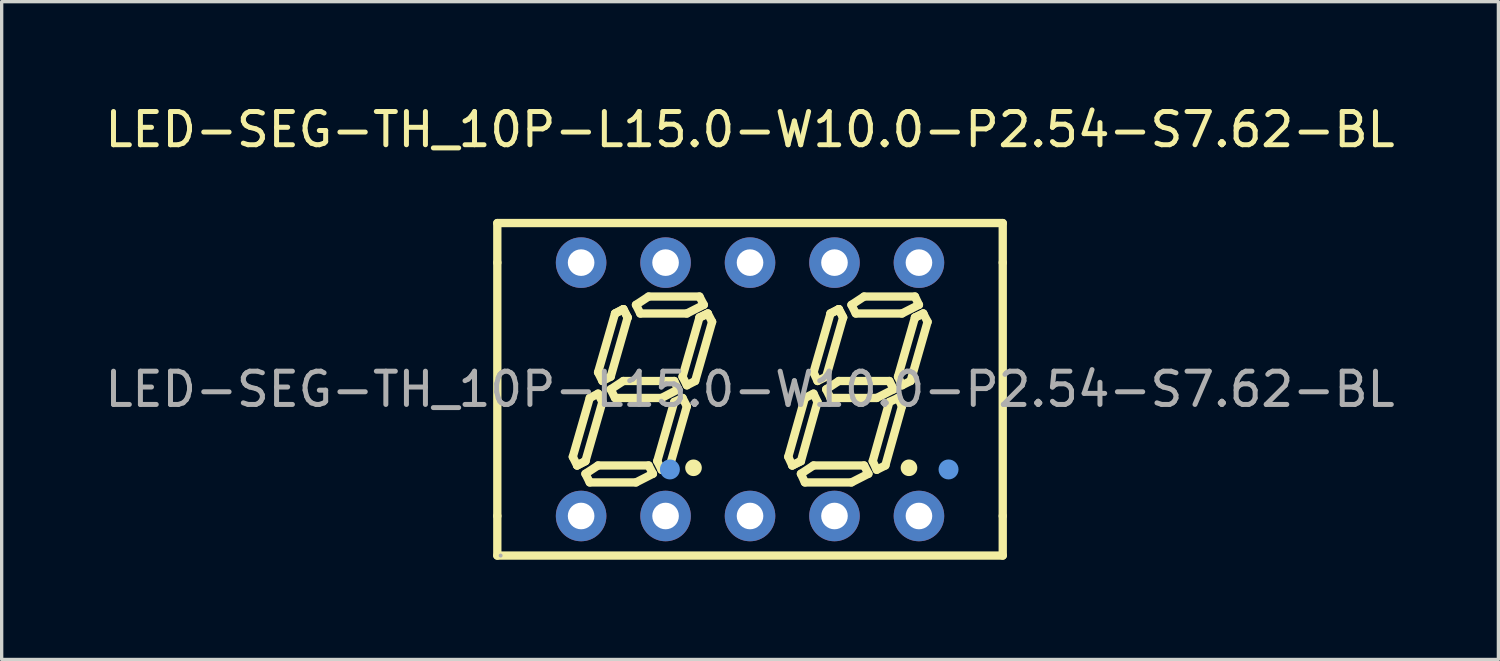
<source format=kicad_pcb>
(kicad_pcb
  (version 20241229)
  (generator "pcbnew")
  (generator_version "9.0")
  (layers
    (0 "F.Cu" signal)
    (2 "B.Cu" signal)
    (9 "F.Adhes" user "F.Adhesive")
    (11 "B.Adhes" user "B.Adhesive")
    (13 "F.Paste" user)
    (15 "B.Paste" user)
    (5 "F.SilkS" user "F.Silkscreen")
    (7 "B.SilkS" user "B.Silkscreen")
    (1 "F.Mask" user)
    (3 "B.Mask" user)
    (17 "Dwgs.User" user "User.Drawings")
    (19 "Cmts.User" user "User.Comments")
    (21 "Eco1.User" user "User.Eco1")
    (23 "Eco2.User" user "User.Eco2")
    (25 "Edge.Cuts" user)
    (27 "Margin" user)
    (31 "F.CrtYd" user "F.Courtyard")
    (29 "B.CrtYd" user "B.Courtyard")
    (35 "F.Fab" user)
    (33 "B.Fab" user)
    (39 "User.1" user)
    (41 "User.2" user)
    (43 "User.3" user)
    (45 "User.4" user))
  (footprint "LED-SEG-TH_10P-L15.0-W10.0-P2.54-S7.62-BL"
    (layer "F.Cu")
    (at 19.506 8.658)
    (property "Reference" "LED-SEG-TH_10P-L15.0-W10.0-P2.54-S7.62-BL" (at 0 -7.81 0) (layer "F.SilkS") (effects (font (size 1 1) (thickness 0.15))))
    (attr through_hole)
    (fp_line (start -7.6 -5) (end 7.6 -5) (stroke (width 0.25) (type solid)) (layer "F.SilkS"))
    (fp_line (start -7.6 -3.81) (end -7.6 -5) (stroke (width 0.25) (type solid)) (layer "F.SilkS"))
    (fp_line (start -7.6 3.81) (end -7.6 -3.81) (stroke (width 0.25) (type solid)) (layer "F.SilkS"))
    (fp_line (start -7.6 5) (end -7.6 3.81) (stroke (width 0.25) (type solid)) (layer "F.SilkS"))
    (fp_line (start -5.33 2.03) (end -5.2 2.29) (stroke (width 0.25) (type solid)) (layer "F.SilkS"))
    (fp_line (start -5.2 2.29) (end -4.95 2.16) (stroke (width 0.25) (type solid)) (layer "F.SilkS"))
    (fp_line (start -5.2 2.29) (end -4.95 2.16) (stroke (width 0.25) (type solid)) (layer "F.SilkS"))
    (fp_line (start -4.95 2.16) (end -4.44 0.38) (stroke (width 0.25) (type solid)) (layer "F.SilkS"))
    (fp_line (start -4.95 2.54) (end -4.57 2.29) (stroke (width 0.25) (type solid)) (layer "F.SilkS"))
    (fp_line (start -4.82 0.26) (end -5.33 2.03) (stroke (width 0.25) (type solid)) (layer "F.SilkS"))
    (fp_line (start -4.82 2.8) (end -4.95 2.54) (stroke (width 0.25) (type solid)) (layer "F.SilkS"))
    (fp_line (start -4.57 -0.51) (end -4.44 -0.25) (stroke (width 0.25) (type solid)) (layer "F.SilkS"))
    (fp_line (start -4.57 0.13) (end -4.82 0.26) (stroke (width 0.25) (type solid)) (layer "F.SilkS"))
    (fp_line (start -4.57 2.29) (end -3.05 2.29) (stroke (width 0.25) (type solid)) (layer "F.SilkS"))
    (fp_line (start -4.44 -0.25) (end -4.19 -0.38) (stroke (width 0.25) (type solid)) (layer "F.SilkS"))
    (fp_line (start -4.44 0.38) (end -4.57 0.13) (stroke (width 0.25) (type solid)) (layer "F.SilkS"))
    (fp_line (start -4.19 -0.38) (end -3.68 -2.16) (stroke (width 0.25) (type solid)) (layer "F.SilkS"))
    (fp_line (start -4.19 0) (end -3.81 -0.25) (stroke (width 0.25) (type solid)) (layer "F.SilkS"))
    (fp_line (start -4.06 -2.28) (end -4.57 -0.51) (stroke (width 0.25) (type solid)) (layer "F.SilkS"))
    (fp_line (start -4.06 0.26) (end -4.19 0) (stroke (width 0.25) (type solid)) (layer "F.SilkS"))
    (fp_line (start -3.81 -2.41) (end -4.06 -2.28) (stroke (width 0.25) (type solid)) (layer "F.SilkS"))
    (fp_line (start -3.81 -2.41) (end -4.06 -2.28) (stroke (width 0.25) (type solid)) (layer "F.SilkS"))
    (fp_line (start -3.81 -0.25) (end -2.28 -0.25) (stroke (width 0.25) (type solid)) (layer "F.SilkS"))
    (fp_line (start -3.68 -2.16) (end -3.81 -2.41) (stroke (width 0.25) (type solid)) (layer "F.SilkS"))
    (fp_line (start -3.68 -2.16) (end -3.81 -2.41) (stroke (width 0.25) (type solid)) (layer "F.SilkS"))
    (fp_line (start -3.43 -2.54) (end -3.05 -2.79) (stroke (width 0.25) (type solid)) (layer "F.SilkS"))
    (fp_line (start -3.43 2.8) (end -4.82 2.8) (stroke (width 0.25) (type solid)) (layer "F.SilkS"))
    (fp_line (start -3.3 -2.28) (end -3.43 -2.54) (stroke (width 0.25) (type solid)) (layer "F.SilkS"))
    (fp_line (start -3.05 -2.79) (end -1.52 -2.79) (stroke (width 0.25) (type solid)) (layer "F.SilkS"))
    (fp_line (start -3.05 2.29) (end -2.92 2.54) (stroke (width 0.25) (type solid)) (layer "F.SilkS"))
    (fp_line (start -2.92 2.54) (end -3.43 2.8) (stroke (width 0.25) (type solid)) (layer "F.SilkS"))
    (fp_line (start -2.79 2.16) (end -2.66 2.42) (stroke (width 0.25) (type solid)) (layer "F.SilkS"))
    (fp_line (start -2.66 0.26) (end -4.06 0.26) (stroke (width 0.25) (type solid)) (layer "F.SilkS"))
    (fp_line (start -2.66 2.42) (end -2.41 2.29) (stroke (width 0.25) (type solid)) (layer "F.SilkS"))
    (fp_line (start -2.41 2.29) (end -1.9 0.51) (stroke (width 0.25) (type solid)) (layer "F.SilkS"))
    (fp_line (start -2.28 -0.25) (end -2.16 0) (stroke (width 0.25) (type solid)) (layer "F.SilkS"))
    (fp_line (start -2.28 0.38) (end -2.79 2.16) (stroke (width 0.25) (type solid)) (layer "F.SilkS"))
    (fp_line (start -2.16 0) (end -2.66 0.26) (stroke (width 0.25) (type solid)) (layer "F.SilkS"))
    (fp_line (start -2.03 -0.38) (end -1.9 -0.12) (stroke (width 0.25) (type solid)) (layer "F.SilkS"))
    (fp_line (start -2.03 0.26) (end -2.28 0.38) (stroke (width 0.25) (type solid)) (layer "F.SilkS"))
    (fp_line (start -1.9 -2.28) (end -3.3 -2.28) (stroke (width 0.25) (type solid)) (layer "F.SilkS"))
    (fp_line (start -1.9 -0.12) (end -1.65 -0.25) (stroke (width 0.25) (type solid)) (layer "F.SilkS"))
    (fp_line (start -1.9 0.51) (end -2.03 0.26) (stroke (width 0.25) (type solid)) (layer "F.SilkS"))
    (fp_line (start -1.65 -0.25) (end -1.14 -2.03) (stroke (width 0.25) (type solid)) (layer "F.SilkS"))
    (fp_line (start -1.52 -2.79) (end -1.39 -2.54) (stroke (width 0.25) (type solid)) (layer "F.SilkS"))
    (fp_line (start -1.52 -2.16) (end -2.03 -0.38) (stroke (width 0.25) (type solid)) (layer "F.SilkS"))
    (fp_line (start -1.52 -2.16) (end -1.27 -2.28) (stroke (width 0.25) (type solid)) (layer "F.SilkS"))
    (fp_line (start -1.39 -2.54) (end -1.9 -2.28) (stroke (width 0.25) (type solid)) (layer "F.SilkS"))
    (fp_line (start -1.27 -2.28) (end -1.52 -2.16) (stroke (width 0.25) (type solid)) (layer "F.SilkS"))
    (fp_line (start -1.14 -2.03) (end -1.27 -2.28) (stroke (width 0.25) (type solid)) (layer "F.SilkS"))
    (fp_line (start 1.15 2.03) (end 1.27 2.29) (stroke (width 0.25) (type solid)) (layer "F.SilkS"))
    (fp_line (start 1.27 2.29) (end 1.53 2.16) (stroke (width 0.25) (type solid)) (layer "F.SilkS"))
    (fp_line (start 1.27 2.29) (end 1.53 2.16) (stroke (width 0.25) (type solid)) (layer "F.SilkS"))
    (fp_line (start 1.53 2.16) (end 2.03 0.38) (stroke (width 0.25) (type solid)) (layer "F.SilkS"))
    (fp_line (start 1.53 2.54) (end 1.91 2.29) (stroke (width 0.25) (type solid)) (layer "F.SilkS"))
    (fp_line (start 1.65 0.26) (end 1.15 2.03) (stroke (width 0.25) (type solid)) (layer "F.SilkS"))
    (fp_line (start 1.65 2.8) (end 1.53 2.54) (stroke (width 0.25) (type solid)) (layer "F.SilkS"))
    (fp_line (start 1.91 -0.51) (end 2.03 -0.25) (stroke (width 0.25) (type solid)) (layer "F.SilkS"))
    (fp_line (start 1.91 0.13) (end 1.65 0.26) (stroke (width 0.25) (type solid)) (layer "F.SilkS"))
    (fp_line (start 1.91 2.29) (end 3.43 2.29) (stroke (width 0.25) (type solid)) (layer "F.SilkS"))
    (fp_line (start 2.03 -0.25) (end 2.29 -0.38) (stroke (width 0.25) (type solid)) (layer "F.SilkS"))
    (fp_line (start 2.03 0.38) (end 1.91 0.13) (stroke (width 0.25) (type solid)) (layer "F.SilkS"))
    (fp_line (start 2.29 -0.38) (end 2.8 -2.16) (stroke (width 0.25) (type solid)) (layer "F.SilkS"))
    (fp_line (start 2.29 0) (end 2.67 -0.25) (stroke (width 0.25) (type solid)) (layer "F.SilkS"))
    (fp_line (start 2.42 -2.28) (end 1.91 -0.51) (stroke (width 0.25) (type solid)) (layer "F.SilkS"))
    (fp_line (start 2.42 -2.28) (end 2.67 -2.41) (stroke (width 0.25) (type solid)) (layer "F.SilkS"))
    (fp_line (start 2.42 0.26) (end 2.29 0) (stroke (width 0.25) (type solid)) (layer "F.SilkS"))
    (fp_line (start 2.67 -2.41) (end 2.42 -2.28) (stroke (width 0.25) (type solid)) (layer "F.SilkS"))
    (fp_line (start 2.67 -2.41) (end 2.8 -2.16) (stroke (width 0.25) (type solid)) (layer "F.SilkS"))
    (fp_line (start 2.67 -0.25) (end 4.19 -0.25) (stroke (width 0.25) (type solid)) (layer "F.SilkS"))
    (fp_line (start 2.8 -2.16) (end 2.67 -2.41) (stroke (width 0.25) (type solid)) (layer "F.SilkS"))
    (fp_line (start 3.05 -2.54) (end 3.43 -2.79) (stroke (width 0.25) (type solid)) (layer "F.SilkS"))
    (fp_line (start 3.05 2.8) (end 1.65 2.8) (stroke (width 0.25) (type solid)) (layer "F.SilkS"))
    (fp_line (start 3.18 -2.28) (end 3.05 -2.54) (stroke (width 0.25) (type solid)) (layer "F.SilkS"))
    (fp_line (start 3.43 -2.79) (end 4.96 -2.79) (stroke (width 0.25) (type solid)) (layer "F.SilkS"))
    (fp_line (start 3.43 2.29) (end 3.56 2.54) (stroke (width 0.25) (type solid)) (layer "F.SilkS"))
    (fp_line (start 3.56 2.54) (end 3.05 2.8) (stroke (width 0.25) (type solid)) (layer "F.SilkS"))
    (fp_line (start 3.69 2.16) (end 3.81 2.42) (stroke (width 0.25) (type solid)) (layer "F.SilkS"))
    (fp_line (start 3.81 0.26) (end 2.42 0.26) (stroke (width 0.25) (type solid)) (layer "F.SilkS"))
    (fp_line (start 3.81 2.42) (end 4.07 2.29) (stroke (width 0.25) (type solid)) (layer "F.SilkS"))
    (fp_line (start 4.07 2.29) (end 4.57 0.51) (stroke (width 0.25) (type solid)) (layer "F.SilkS"))
    (fp_line (start 4.19 -0.25) (end 4.32 0) (stroke (width 0.25) (type solid)) (layer "F.SilkS"))
    (fp_line (start 4.19 0.38) (end 3.69 2.16) (stroke (width 0.25) (type solid)) (layer "F.SilkS"))
    (fp_line (start 4.32 0) (end 3.81 0.26) (stroke (width 0.25) (type solid)) (layer "F.SilkS"))
    (fp_line (start 4.45 -0.38) (end 4.96 -2.16) (stroke (width 0.25) (type solid)) (layer "F.SilkS"))
    (fp_line (start 4.45 0.26) (end 4.19 0.38) (stroke (width 0.25) (type solid)) (layer "F.SilkS"))
    (fp_line (start 4.57 -2.28) (end 3.18 -2.28) (stroke (width 0.25) (type solid)) (layer "F.SilkS"))
    (fp_line (start 4.57 -0.12) (end 4.45 -0.38) (stroke (width 0.25) (type solid)) (layer "F.SilkS"))
    (fp_line (start 4.57 0.51) (end 4.45 0.26) (stroke (width 0.25) (type solid)) (layer "F.SilkS"))
    (fp_line (start 4.83 -0.25) (end 4.57 -0.12) (stroke (width 0.25) (type solid)) (layer "F.SilkS"))
    (fp_line (start 4.96 -2.79) (end 5.08 -2.54) (stroke (width 0.25) (type solid)) (layer "F.SilkS"))
    (fp_line (start 4.96 -2.16) (end 5.21 -2.28) (stroke (width 0.25) (type solid)) (layer "F.SilkS"))
    (fp_line (start 5.08 -2.54) (end 4.57 -2.28) (stroke (width 0.25) (type solid)) (layer "F.SilkS"))
    (fp_line (start 5.21 -2.28) (end 4.96 -2.16) (stroke (width 0.25) (type solid)) (layer "F.SilkS"))
    (fp_line (start 5.21 -2.28) (end 5.34 -2.03) (stroke (width 0.25) (type solid)) (layer "F.SilkS"))
    (fp_line (start 5.34 -2.03) (end 4.83 -0.25) (stroke (width 0.25) (type solid)) (layer "F.SilkS"))
    (fp_line (start 7.6 -5) (end 7.6 -3.81) (stroke (width 0.25) (type solid)) (layer "F.SilkS"))
    (fp_line (start 7.6 -3.81) (end 7.6 3.81) (stroke (width 0.25) (type solid)) (layer "F.SilkS"))
    (fp_line (start 7.6 3.81) (end 7.6 5) (stroke (width 0.25) (type solid)) (layer "F.SilkS"))
    (fp_line (start 7.6 5) (end -7.6 5) (stroke (width 0.25) (type solid)) (layer "F.SilkS"))
    (fp_arc (start -1.7 2.36) (mid -1.7 2.36) (end -1.7 2.36) (stroke (width 0.25) (type solid)) (layer "F.SilkS"))
    (fp_arc (start 4.78 2.36) (mid 4.78 2.36) (end 4.78 2.36) (stroke (width 0.25) (type solid)) (layer "F.SilkS"))
    (fp_circle (center -2.41 2.41) (end -2.26 2.41) (stroke (width 0.3) (type solid)) (fill no) (layer "Cmts.User"))
    (fp_circle (center 5.97 2.41) (end 6.12 2.41) (stroke (width 0.3) (type solid)) (fill no) (layer "Cmts.User"))
    (fp_circle (center -7.5 5) (end -7.47 5) (stroke (width 0.06) (type solid)) (fill no) (layer "F.Fab"))
    (fp_circle (center -5.08 -3.81) (end -4.95 -3.81) (stroke (width 0.26) (type solid)) (fill no) (layer "F.Fab"))
    (fp_circle (center -5.08 3.81) (end -4.95 3.81) (stroke (width 0.26) (type solid)) (fill no) (layer "F.Fab"))
    (fp_circle (center -2.54 -3.81) (end -2.41 -3.81) (stroke (width 0.26) (type solid)) (fill no) (layer "F.Fab"))
    (fp_circle (center -2.54 3.81) (end -2.41 3.81) (stroke (width 0.26) (type solid)) (fill no) (layer "F.Fab"))
    (fp_circle (center 0 -3.81) (end 0.13 -3.81) (stroke (width 0.26) (type solid)) (fill no) (layer "F.Fab"))
    (fp_circle (center 0 3.81) (end 0.13 3.81) (stroke (width 0.26) (type solid)) (fill no) (layer "F.Fab"))
    (fp_circle (center 2.54 -3.81) (end 2.67 -3.81) (stroke (width 0.26) (type solid)) (fill no) (layer "F.Fab"))
    (fp_circle (center 2.54 3.81) (end 2.67 3.81) (stroke (width 0.26) (type solid)) (fill no) (layer "F.Fab"))
    (fp_circle (center 5.08 -3.81) (end 5.21 -3.81) (stroke (width 0.26) (type solid)) (fill no) (layer "F.Fab"))
    (fp_circle (center 5.08 3.81) (end 5.21 3.81) (stroke (width 0.26) (type solid)) (fill no) (layer "F.Fab"))
    (fp_text user "${REFERENCE}" (at 0 0 0) (layer "F.Fab") (effects (font (size 1 1) (thickness 0.15))))
    (pad "1" thru_hole circle (at -5.08 3.81) (size 1.52 1.52) (drill 0.8) (layers "*.Cu" "*.Paste" "*.Mask"))
    (pad "2" thru_hole circle (at -2.54 3.81) (size 1.52 1.52) (drill 0.8) (layers "*.Cu" "*.Paste" "*.Mask"))
    (pad "3" thru_hole circle (at 0 3.81) (size 1.52 1.52) (drill 0.8) (layers "*.Cu" "*.Paste" "*.Mask"))
    (pad "4" thru_hole circle (at 2.54 3.81) (size 1.52 1.52) (drill 0.8) (layers "*.Cu" "*.Paste" "*.Mask"))
    (pad "5" thru_hole circle (at 5.08 3.81) (size 1.52 1.52) (drill 0.8) (layers "*.Cu" "*.Paste" "*.Mask"))
    (pad "6" thru_hole circle (at 5.08 -3.81) (size 1.52 1.52) (drill 0.8) (layers "*.Cu" "*.Paste" "*.Mask"))
    (pad "7" thru_hole circle (at 2.54 -3.81) (size 1.52 1.52) (drill 0.8) (layers "*.Cu" "*.Paste" "*.Mask"))
    (pad "8" thru_hole circle (at 0 -3.81) (size 1.52 1.52) (drill 0.8) (layers "*.Cu" "*.Paste" "*.Mask"))
    (pad "9" thru_hole circle (at -2.54 -3.81) (size 1.52 1.52) (drill 0.8) (layers "*.Cu" "*.Paste" "*.Mask"))
    (pad "10" thru_hole circle (at -5.08 -3.81) (size 1.52 1.52) (drill 0.8) (layers "*.Cu" "*.Paste" "*.Mask")))
  (gr_rect
    (start -3 -3)
    (end 42.012 16.783)
    (stroke (width 0.1) (type default))
    (fill no)
    (layer "Edge.Cuts")))
</source>
